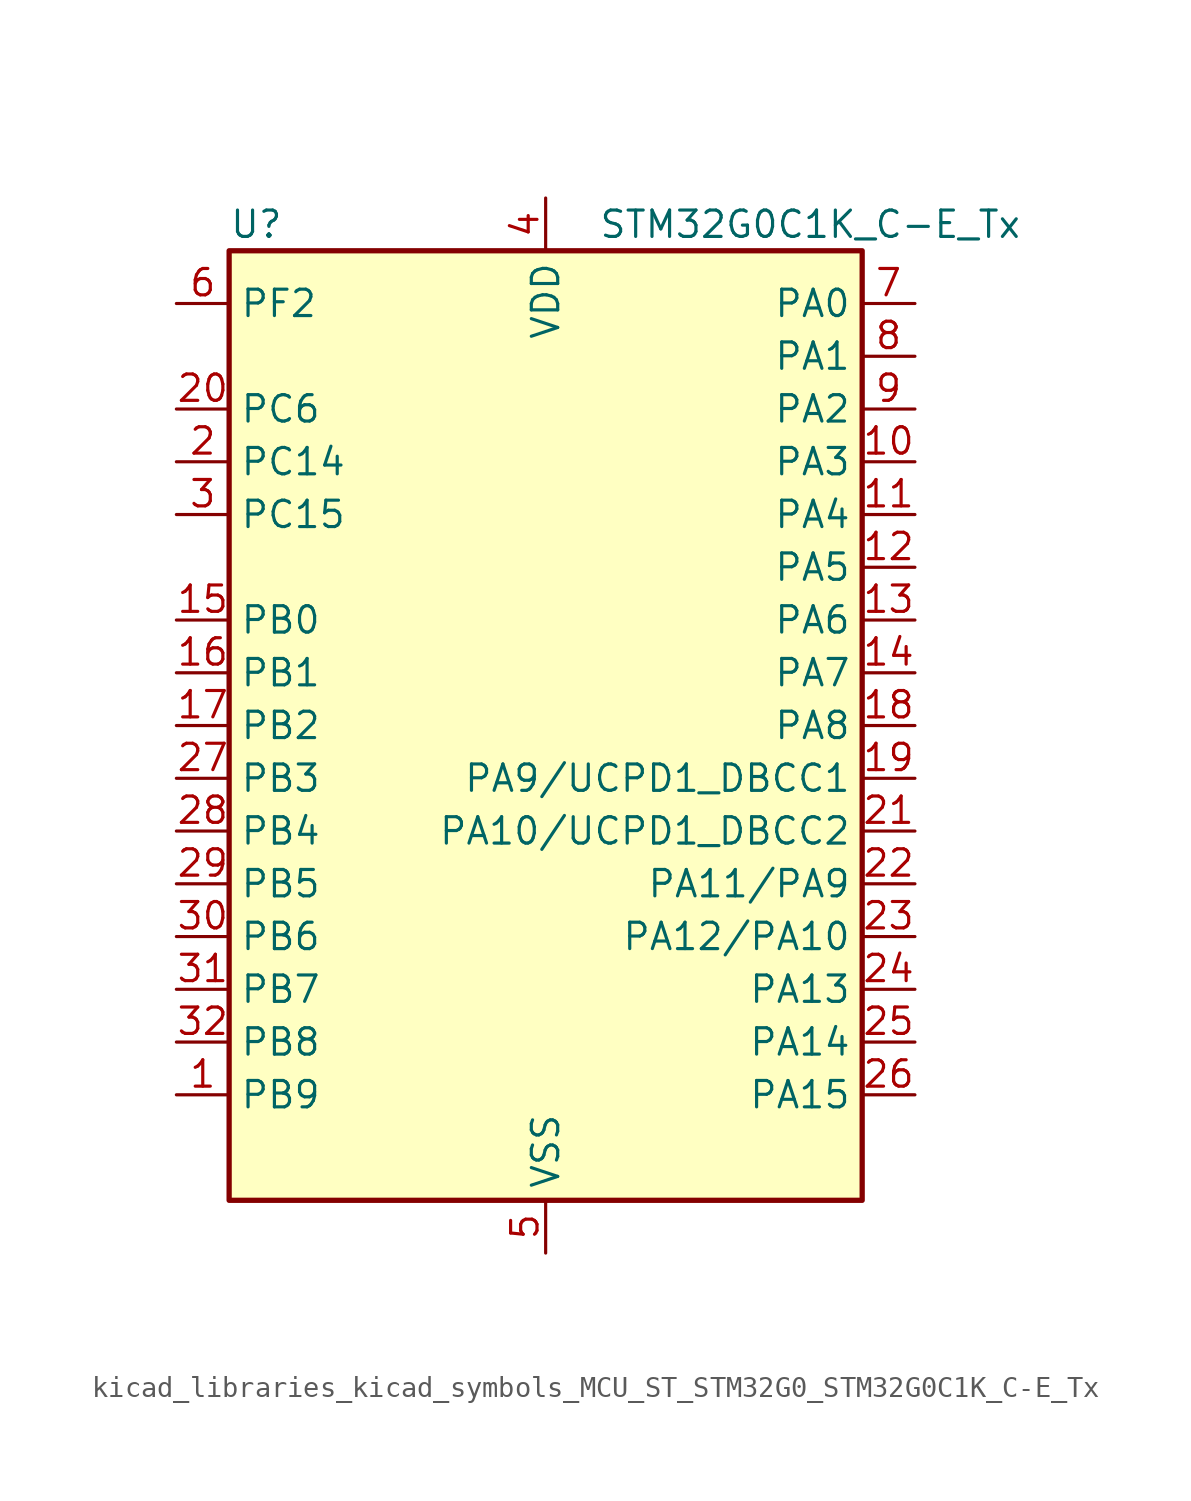
<source format=kicad_sym>
(kicad_symbol_lib
  (version 20220914)
  (generator kicad_symbol_editor)
  (symbol "kicad_libraries_kicad_symbols_MCU_ST_STM32G0_STM32G0C1K_C-E_Tx"
    (property "Reference" "U"
      (at -15.24 24.13 0)
      (effects (font (size 1.27 1.27)) (justify left)))
    (property "Value" "STM32G0C1K_C-E_Tx"
      (at 2.54 24.13 0)
      (effects (font (size 1.27 1.27)) (justify left)))
    (property "ki_locked" ""
      (at 0 0 0)
      (effects (font (size 1.27 1.27))))
    (symbol "kicad_libraries_kicad_symbols_MCU_ST_STM32G0_STM32G0C1K_C-E_Tx_0_1"
      (rectangle (start -15.24 -22.86) (end 15.24 22.86) (stroke (width 0.254) (type default)) (fill (type background))))
    (symbol "kicad_libraries_kicad_symbols_MCU_ST_STM32G0_STM32G0C1K_C-E_Tx_1_1"
      (pin bidirectional line (at -17.78 -17.78 0) (length 2.54) (name "PB9" (effects (font (size 1.27 1.27)))) (number "1" (effects (font (size 1.27 1.27)))) (alternate "DAC1_EXTI9" bidirectional line) (alternate "FDCAN1_TX" bidirectional line) (alternate "I2C1_SDA" bidirectional line) (alternate "I2S2_WS" bidirectional line) (alternate "IR_OUT" bidirectional line) (alternate "SPI2_NSS" bidirectional line) (alternate "TIM17_CH1" bidirectional line) (alternate "TIM4_CH4" bidirectional line) (alternate "USART3_RX" bidirectional line) (alternate "USART6_RX" bidirectional line))
      (pin bidirectional line (at 17.78 12.7 180) (length 2.54) (name "PA3" (effects (font (size 1.27 1.27)))) (number "10" (effects (font (size 1.27 1.27)))) (alternate "ADC1_IN3" bidirectional line) (alternate "COMP2_INP" bidirectional line) (alternate "I2S2_MCK" bidirectional line) (alternate "LPUART1_RX" bidirectional line) (alternate "SPI2_MISO" bidirectional line) (alternate "TIM15_CH2" bidirectional line) (alternate "TIM2_CH4" bidirectional line) (alternate "USART2_RX" bidirectional line))
      (pin bidirectional line (at 17.78 10.16 180) (length 2.54) (name "PA4" (effects (font (size 1.27 1.27)))) (number "11" (effects (font (size 1.27 1.27)))) (alternate "ADC1_IN4" bidirectional line) (alternate "DAC1_OUT1" bidirectional line) (alternate "I2S1_WS" bidirectional line) (alternate "I2S2_SD" bidirectional line) (alternate "LPTIM2_OUT" bidirectional line) (alternate "RTC_OUT1" bidirectional line) (alternate "RTC_TAMP_IN1" bidirectional line) (alternate "RTC_TS" bidirectional line) (alternate "SPI1_NSS" bidirectional line) (alternate "SPI2_MOSI" bidirectional line) (alternate "SPI3_NSS" bidirectional line) (alternate "SYS_WKUP2" bidirectional line) (alternate "TIM14_CH1" bidirectional line) (alternate "USART6_TX" bidirectional line) (alternate "USB_NOE" bidirectional line))
      (pin bidirectional line (at 17.78 7.62 180) (length 2.54) (name "PA5" (effects (font (size 1.27 1.27)))) (number "12" (effects (font (size 1.27 1.27)))) (alternate "ADC1_IN5" bidirectional line) (alternate "CEC" bidirectional line) (alternate "DAC1_OUT2" bidirectional line) (alternate "I2S1_CK" bidirectional line) (alternate "LPTIM2_ETR" bidirectional line) (alternate "SPI1_SCK" bidirectional line) (alternate "TIM2_CH1" bidirectional line) (alternate "TIM2_ETR" bidirectional line) (alternate "UCPD1_FRSTX1" bidirectional line) (alternate "UCPD1_FRSTX2" bidirectional line) (alternate "USART3_TX" bidirectional line) (alternate "USART6_RX" bidirectional line))
      (pin bidirectional line (at 17.78 5.08 180) (length 2.54) (name "PA6" (effects (font (size 1.27 1.27)))) (number "13" (effects (font (size 1.27 1.27)))) (alternate "ADC1_IN6" bidirectional line) (alternate "COMP1_OUT" bidirectional line) (alternate "I2C2_SDA" bidirectional line) (alternate "I2C3_SDA" bidirectional line) (alternate "I2S1_MCK" bidirectional line) (alternate "LPUART1_CTS" bidirectional line) (alternate "SPI1_MISO" bidirectional line) (alternate "TIM16_CH1" bidirectional line) (alternate "TIM1_BK" bidirectional line) (alternate "TIM3_CH1" bidirectional line) (alternate "USART3_CTS" bidirectional line) (alternate "USART3_NSS" bidirectional line) (alternate "USART6_CTS" bidirectional line) (alternate "USART6_NSS" bidirectional line))
      (pin bidirectional line (at 17.78 2.54 180) (length 2.54) (name "PA7" (effects (font (size 1.27 1.27)))) (number "14" (effects (font (size 1.27 1.27)))) (alternate "ADC1_IN7" bidirectional line) (alternate "COMP2_OUT" bidirectional line) (alternate "I2C2_SCL" bidirectional line) (alternate "I2C3_SCL" bidirectional line) (alternate "I2S1_SD" bidirectional line) (alternate "SPI1_MOSI" bidirectional line) (alternate "TIM14_CH1" bidirectional line) (alternate "TIM17_CH1" bidirectional line) (alternate "TIM1_CH1N" bidirectional line) (alternate "TIM3_CH2" bidirectional line) (alternate "UCPD1_FRSTX1" bidirectional line) (alternate "UCPD1_FRSTX2" bidirectional line) (alternate "USART6_CK" bidirectional line) (alternate "USART6_DE" bidirectional line) (alternate "USART6_RTS" bidirectional line))
      (pin bidirectional line (at -17.78 5.08 0) (length 2.54) (name "PB0" (effects (font (size 1.27 1.27)))) (number "15" (effects (font (size 1.27 1.27)))) (alternate "ADC1_IN8" bidirectional line) (alternate "COMP1_OUT" bidirectional line) (alternate "COMP3_INP" bidirectional line) (alternate "FDCAN2_RX" bidirectional line) (alternate "I2S1_WS" bidirectional line) (alternate "LPTIM1_OUT" bidirectional line) (alternate "LPUART2_CTS" bidirectional line) (alternate "SPI1_NSS" bidirectional line) (alternate "TIM1_CH2N" bidirectional line) (alternate "TIM3_CH3" bidirectional line) (alternate "UCPD1_FRSTX1" bidirectional line) (alternate "UCPD1_FRSTX2" bidirectional line) (alternate "USART3_RX" bidirectional line) (alternate "USART5_TX" bidirectional line))
      (pin bidirectional line (at -17.78 2.54 0) (length 2.54) (name "PB1" (effects (font (size 1.27 1.27)))) (number "16" (effects (font (size 1.27 1.27)))) (alternate "ADC1_IN9" bidirectional line) (alternate "COMP1_INM" bidirectional line) (alternate "COMP3_OUT" bidirectional line) (alternate "FDCAN2_TX" bidirectional line) (alternate "LPTIM2_IN1" bidirectional line) (alternate "LPUART1_DE" bidirectional line) (alternate "LPUART1_RTS" bidirectional line) (alternate "LPUART2_DE" bidirectional line) (alternate "LPUART2_RTS" bidirectional line) (alternate "TIM14_CH1" bidirectional line) (alternate "TIM1_CH3N" bidirectional line) (alternate "TIM3_CH4" bidirectional line) (alternate "USART3_CK" bidirectional line) (alternate "USART3_DE" bidirectional line) (alternate "USART3_RTS" bidirectional line) (alternate "USART5_RX" bidirectional line))
      (pin bidirectional line (at -17.78 0 0) (length 2.54) (name "PB2" (effects (font (size 1.27 1.27)))) (number "17" (effects (font (size 1.27 1.27)))) (alternate "ADC1_IN10" bidirectional line) (alternate "COMP1_INP" bidirectional line) (alternate "COMP3_INM" bidirectional line) (alternate "I2S2_MCK" bidirectional line) (alternate "LPTIM1_OUT" bidirectional line) (alternate "RCC_MCO_2" bidirectional line) (alternate "SPI2_MISO" bidirectional line) (alternate "USART3_TX" bidirectional line))
      (pin bidirectional line (at 17.78 0 180) (length 2.54) (name "PA8" (effects (font (size 1.27 1.27)))) (number "18" (effects (font (size 1.27 1.27)))) (alternate "CRS1_SYNC" bidirectional line) (alternate "I2C2_SMBA" bidirectional line) (alternate "I2S2_WS" bidirectional line) (alternate "LPTIM2_OUT" bidirectional line) (alternate "RCC_MCO" bidirectional line) (alternate "SPI2_NSS" bidirectional line) (alternate "TIM1_CH1" bidirectional line) (alternate "UCPD1_CC1" bidirectional line))
      (pin bidirectional line (at 17.78 -2.54 180) (length 2.54) (name "PA9/UCPD1_DBCC1" (effects (font (size 1.27 1.27)))) (number "19" (effects (font (size 1.27 1.27)))) (alternate "DAC1_EXTI9" bidirectional line) (alternate "I2C1_SCL" bidirectional line) (alternate "I2C2_SCL" bidirectional line) (alternate "I2S2_MCK" bidirectional line) (alternate "RCC_MCO" bidirectional line) (alternate "SPI2_MISO" bidirectional line) (alternate "TIM15_BK" bidirectional line) (alternate "TIM1_CH2" bidirectional line) (alternate "UCPD1_DBCC1" bidirectional line) (alternate "USART1_TX" bidirectional line))
      (pin bidirectional line (at -17.78 12.7 0) (length 2.54) (name "PC14" (effects (font (size 1.27 1.27)))) (number "2" (effects (font (size 1.27 1.27)))) (alternate "RCC_OSC32_IN" bidirectional line) (alternate "RCC_OSC_IN" bidirectional line) (alternate "TIM1_BK2" bidirectional line))
      (pin bidirectional line (at -17.78 15.24 0) (length 2.54) (name "PC6" (effects (font (size 1.27 1.27)))) (number "20" (effects (font (size 1.27 1.27)))) (alternate "LPUART2_TX" bidirectional line) (alternate "TIM2_CH3" bidirectional line) (alternate "TIM3_CH1" bidirectional line) (alternate "UCPD1_FRSTX1" bidirectional line) (alternate "UCPD1_FRSTX2" bidirectional line))
      (pin bidirectional line (at 17.78 -5.08 180) (length 2.54) (name "PA10/UCPD1_DBCC2" (effects (font (size 1.27 1.27)))) (number "21" (effects (font (size 1.27 1.27)))) (alternate "I2C1_SDA" bidirectional line) (alternate "I2C2_SDA" bidirectional line) (alternate "I2S2_SD" bidirectional line) (alternate "RCC_MCO_2" bidirectional line) (alternate "SPI2_MOSI" bidirectional line) (alternate "TIM17_BK" bidirectional line) (alternate "TIM1_CH3" bidirectional line) (alternate "UCPD1_DBCC2" bidirectional line) (alternate "USART1_RX" bidirectional line))
      (pin bidirectional line (at 17.78 -7.62 180) (length 2.54) (name "PA11/PA9" (effects (font (size 1.27 1.27)))) (number "22" (effects (font (size 1.27 1.27)))) (alternate "ADC1_EXTI11" bidirectional line) (alternate "COMP1_OUT" bidirectional line) (alternate "FDCAN1_RX" bidirectional line) (alternate "I2C2_SCL" bidirectional line) (alternate "I2S1_MCK" bidirectional line) (alternate "SPI1_MISO" bidirectional line) (alternate "TIM1_BK2" bidirectional line) (alternate "TIM1_CH4" bidirectional line) (alternate "USART1_CTS" bidirectional line) (alternate "USART1_NSS" bidirectional line) (alternate "USB_DM" bidirectional line))
      (pin bidirectional line (at 17.78 -10.16 180) (length 2.54) (name "PA12/PA10" (effects (font (size 1.27 1.27)))) (number "23" (effects (font (size 1.27 1.27)))) (alternate "COMP2_OUT" bidirectional line) (alternate "FDCAN1_TX" bidirectional line) (alternate "I2C2_SDA" bidirectional line) (alternate "I2S1_SD" bidirectional line) (alternate "I2S_CKIN" bidirectional line) (alternate "SPI1_MOSI" bidirectional line) (alternate "TIM1_ETR" bidirectional line) (alternate "USART1_CK" bidirectional line) (alternate "USART1_DE" bidirectional line) (alternate "USART1_RTS" bidirectional line) (alternate "USB_DP" bidirectional line))
      (pin bidirectional line (at 17.78 -12.7 180) (length 2.54) (name "PA13" (effects (font (size 1.27 1.27)))) (number "24" (effects (font (size 1.27 1.27)))) (alternate "IR_OUT" bidirectional line) (alternate "LPUART2_RX" bidirectional line) (alternate "SYS_SWDIO" bidirectional line) (alternate "USB_NOE" bidirectional line))
      (pin bidirectional line (at 17.78 -15.24 180) (length 2.54) (name "PA14" (effects (font (size 1.27 1.27)))) (number "25" (effects (font (size 1.27 1.27)))) (alternate "LPUART2_TX" bidirectional line) (alternate "SYS_SWCLK" bidirectional line) (alternate "USART2_TX" bidirectional line))
      (pin bidirectional line (at 17.78 -17.78 180) (length 2.54) (name "PA15" (effects (font (size 1.27 1.27)))) (number "26" (effects (font (size 1.27 1.27)))) (alternate "I2C2_SMBA" bidirectional line) (alternate "I2S1_WS" bidirectional line) (alternate "RCC_MCO_2" bidirectional line) (alternate "SPI1_NSS" bidirectional line) (alternate "SPI3_NSS" bidirectional line) (alternate "TIM2_CH1" bidirectional line) (alternate "TIM2_ETR" bidirectional line) (alternate "USART2_RX" bidirectional line) (alternate "USART3_CK" bidirectional line) (alternate "USART3_DE" bidirectional line) (alternate "USART3_RTS" bidirectional line) (alternate "USART4_CK" bidirectional line) (alternate "USART4_DE" bidirectional line) (alternate "USART4_RTS" bidirectional line) (alternate "USB_NOE" bidirectional line))
      (pin bidirectional line (at -17.78 -2.54 0) (length 2.54) (name "PB3" (effects (font (size 1.27 1.27)))) (number "27" (effects (font (size 1.27 1.27)))) (alternate "COMP2_INM" bidirectional line) (alternate "I2C2_SCL" bidirectional line) (alternate "I2C3_SCL" bidirectional line) (alternate "I2S1_CK" bidirectional line) (alternate "SPI1_SCK" bidirectional line) (alternate "SPI3_SCK" bidirectional line) (alternate "TIM1_CH2" bidirectional line) (alternate "TIM2_CH2" bidirectional line) (alternate "USART1_CK" bidirectional line) (alternate "USART1_DE" bidirectional line) (alternate "USART1_RTS" bidirectional line) (alternate "USART5_TX" bidirectional line))
      (pin bidirectional line (at -17.78 -5.08 0) (length 2.54) (name "PB4" (effects (font (size 1.27 1.27)))) (number "28" (effects (font (size 1.27 1.27)))) (alternate "COMP2_INP" bidirectional line) (alternate "I2C2_SDA" bidirectional line) (alternate "I2C3_SDA" bidirectional line) (alternate "I2S1_MCK" bidirectional line) (alternate "SPI1_MISO" bidirectional line) (alternate "SPI3_MISO" bidirectional line) (alternate "TIM17_BK" bidirectional line) (alternate "TIM3_CH1" bidirectional line) (alternate "USART1_CTS" bidirectional line) (alternate "USART1_NSS" bidirectional line) (alternate "USART5_RX" bidirectional line))
      (pin bidirectional line (at -17.78 -7.62 0) (length 2.54) (name "PB5" (effects (font (size 1.27 1.27)))) (number "29" (effects (font (size 1.27 1.27)))) (alternate "COMP2_OUT" bidirectional line) (alternate "FDCAN2_RX" bidirectional line) (alternate "I2C1_SMBA" bidirectional line) (alternate "I2S1_SD" bidirectional line) (alternate "LPTIM1_IN1" bidirectional line) (alternate "SPI1_MOSI" bidirectional line) (alternate "SPI3_MOSI" bidirectional line) (alternate "SYS_WKUP6" bidirectional line) (alternate "TIM16_BK" bidirectional line) (alternate "TIM3_CH2" bidirectional line) (alternate "USART5_CK" bidirectional line) (alternate "USART5_DE" bidirectional line) (alternate "USART5_RTS" bidirectional line))
      (pin bidirectional line (at -17.78 10.16 0) (length 2.54) (name "PC15" (effects (font (size 1.27 1.27)))) (number "3" (effects (font (size 1.27 1.27)))) (alternate "RCC_OSC32_EN" bidirectional line) (alternate "RCC_OSC32_OUT" bidirectional line) (alternate "RCC_OSC_EN" bidirectional line) (alternate "TIM15_BK" bidirectional line))
      (pin bidirectional line (at -17.78 -10.16 0) (length 2.54) (name "PB6" (effects (font (size 1.27 1.27)))) (number "30" (effects (font (size 1.27 1.27)))) (alternate "COMP2_INP" bidirectional line) (alternate "FDCAN2_TX" bidirectional line) (alternate "I2C1_SCL" bidirectional line) (alternate "I2S2_MCK" bidirectional line) (alternate "LPTIM1_ETR" bidirectional line) (alternate "LPUART2_TX" bidirectional line) (alternate "SPI2_MISO" bidirectional line) (alternate "TIM16_CH1N" bidirectional line) (alternate "TIM1_CH3" bidirectional line) (alternate "TIM4_CH1" bidirectional line) (alternate "USART1_TX" bidirectional line) (alternate "USART5_CTS" bidirectional line) (alternate "USART5_NSS" bidirectional line))
      (pin bidirectional line (at -17.78 -12.7 0) (length 2.54) (name "PB7" (effects (font (size 1.27 1.27)))) (number "31" (effects (font (size 1.27 1.27)))) (alternate "COMP2_INM" bidirectional line) (alternate "I2C1_SDA" bidirectional line) (alternate "I2S2_SD" bidirectional line) (alternate "LPTIM1_IN2" bidirectional line) (alternate "LPUART2_RX" bidirectional line) (alternate "SPI2_MOSI" bidirectional line) (alternate "SYS_PVD_IN" bidirectional line) (alternate "TIM17_CH1N" bidirectional line) (alternate "TIM4_CH2" bidirectional line) (alternate "USART1_RX" bidirectional line) (alternate "USART4_CTS" bidirectional line) (alternate "USART4_NSS" bidirectional line))
      (pin bidirectional line (at -17.78 -15.24 0) (length 2.54) (name "PB8" (effects (font (size 1.27 1.27)))) (number "32" (effects (font (size 1.27 1.27)))) (alternate "CEC" bidirectional line) (alternate "FDCAN1_RX" bidirectional line) (alternate "I2C1_SCL" bidirectional line) (alternate "I2S2_CK" bidirectional line) (alternate "SPI2_SCK" bidirectional line) (alternate "TIM15_BK" bidirectional line) (alternate "TIM16_CH1" bidirectional line) (alternate "TIM4_CH3" bidirectional line) (alternate "USART3_TX" bidirectional line) (alternate "USART6_TX" bidirectional line))
      (pin power_in line (at 0 25.4 270) (length 2.54) (name "VDD" (effects (font (size 1.27 1.27)))) (number "4" (effects (font (size 1.27 1.27)))))
      (pin power_in line (at 0 -25.4 90) (length 2.54) (name "VSS" (effects (font (size 1.27 1.27)))) (number "5" (effects (font (size 1.27 1.27)))))
      (pin bidirectional line (at -17.78 20.32 0) (length 2.54) (name "PF2" (effects (font (size 1.27 1.27)))) (number "6" (effects (font (size 1.27 1.27)))) (alternate "LPUART2_DE" bidirectional line) (alternate "LPUART2_RTS" bidirectional line) (alternate "LPUART2_TX" bidirectional line) (alternate "RCC_MCO" bidirectional line))
      (pin bidirectional line (at 17.78 20.32 180) (length 2.54) (name "PA0" (effects (font (size 1.27 1.27)))) (number "7" (effects (font (size 1.27 1.27)))) (alternate "ADC1_IN0" bidirectional line) (alternate "COMP1_INM" bidirectional line) (alternate "COMP1_OUT" bidirectional line) (alternate "I2S2_CK" bidirectional line) (alternate "LPTIM1_OUT" bidirectional line) (alternate "RTC_TAMP_IN2" bidirectional line) (alternate "SPI2_SCK" bidirectional line) (alternate "SYS_WKUP1" bidirectional line) (alternate "TIM2_CH1" bidirectional line) (alternate "TIM2_ETR" bidirectional line) (alternate "USART2_CTS" bidirectional line) (alternate "USART2_NSS" bidirectional line) (alternate "USART4_TX" bidirectional line))
      (pin bidirectional line (at 17.78 17.78 180) (length 2.54) (name "PA1" (effects (font (size 1.27 1.27)))) (number "8" (effects (font (size 1.27 1.27)))) (alternate "ADC1_IN1" bidirectional line) (alternate "COMP1_INP" bidirectional line) (alternate "I2C1_SMBA" bidirectional line) (alternate "I2S1_CK" bidirectional line) (alternate "SPI1_SCK" bidirectional line) (alternate "TIM15_CH1N" bidirectional line) (alternate "TIM2_CH2" bidirectional line) (alternate "USART2_CK" bidirectional line) (alternate "USART2_DE" bidirectional line) (alternate "USART2_RTS" bidirectional line) (alternate "USART4_RX" bidirectional line))
      (pin bidirectional line (at 17.78 15.24 180) (length 2.54) (name "PA2" (effects (font (size 1.27 1.27)))) (number "9" (effects (font (size 1.27 1.27)))) (alternate "ADC1_IN2" bidirectional line) (alternate "COMP2_INM" bidirectional line) (alternate "COMP2_OUT" bidirectional line) (alternate "I2S1_SD" bidirectional line) (alternate "LPUART1_TX" bidirectional line) (alternate "RCC_LSCO" bidirectional line) (alternate "SPI1_MOSI" bidirectional line) (alternate "SYS_WKUP4" bidirectional line) (alternate "TIM15_CH1" bidirectional line) (alternate "TIM2_CH3" bidirectional line) (alternate "UCPD1_FRSTX1" bidirectional line) (alternate "UCPD1_FRSTX2" bidirectional line) (alternate "USART2_TX" bidirectional line)))))
</source>
